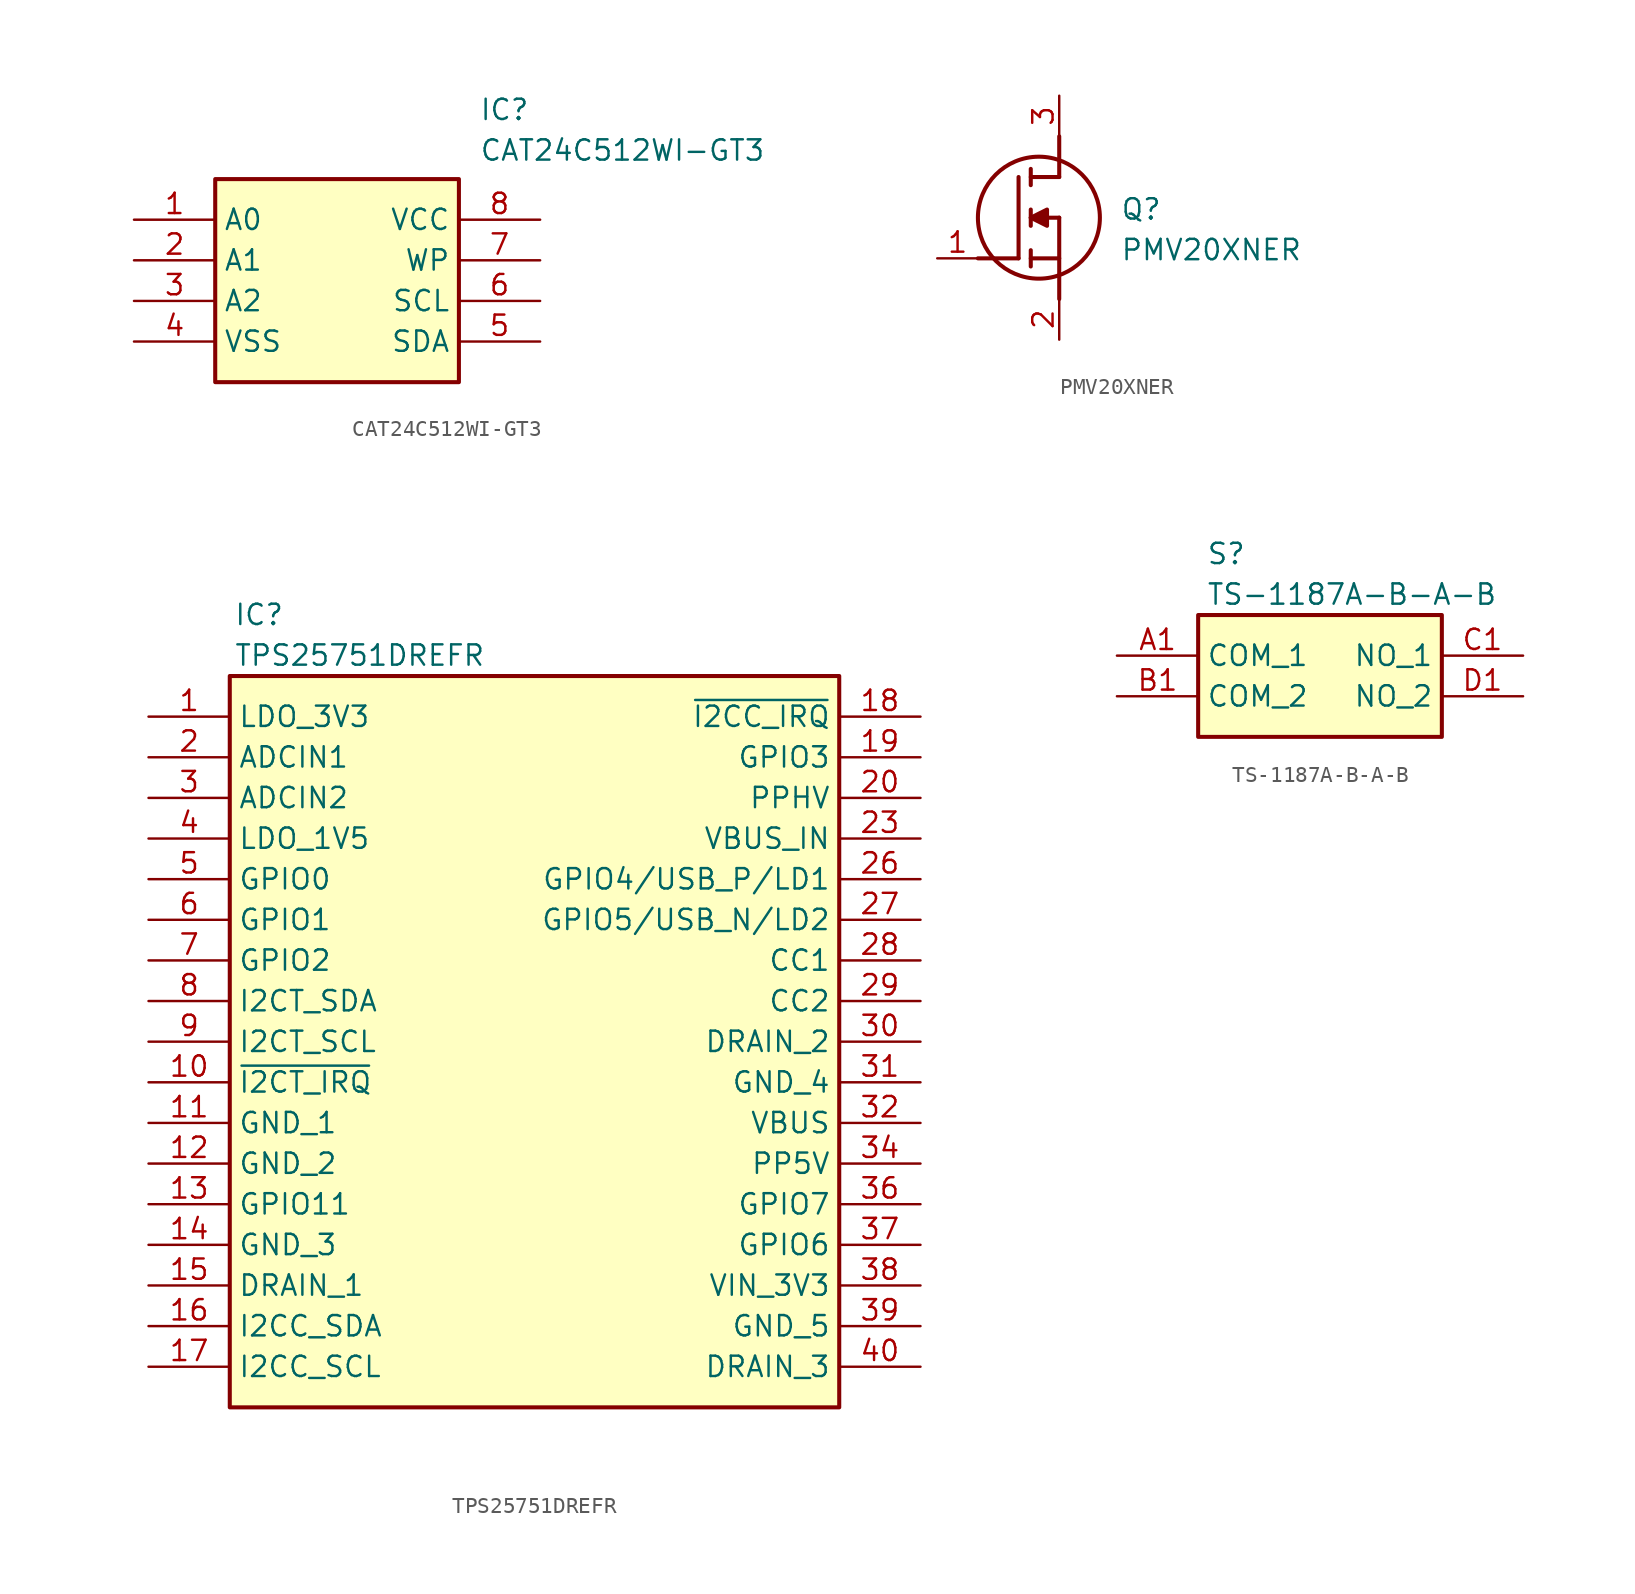
<source format=kicad_sym>
(kicad_symbol_lib
  (version 20241209)
  (generator "kicad_symbol_editor")
  (generator_version "9.0")
  (symbol "CAT24C512WI-GT3"
    (property "Reference" "IC"
      (at 21.59 7.62 0)
      (effects (font (size 1.27 1.27)) (justify left top)))
    (property "Value" "CAT24C512WI-GT3"
      (at 21.59 5.08 0)
      (effects (font (size 1.27 1.27)) (justify left top)))
    (symbol "CAT24C512WI-GT3_1_1"
      (rectangle (start 5.08 2.54) (end 20.32 -10.16) (stroke (width 0.254) (type default)) (fill (type background)))
      (pin passive line (at 0 0 0) (length 5.08) (name "A0" (effects (font (size 1.27 1.27)))) (number "1" (effects (font (size 1.27 1.27)))))
      (pin passive line (at 0 -2.54 0) (length 5.08) (name "A1" (effects (font (size 1.27 1.27)))) (number "2" (effects (font (size 1.27 1.27)))))
      (pin passive line (at 0 -5.08 0) (length 5.08) (name "A2" (effects (font (size 1.27 1.27)))) (number "3" (effects (font (size 1.27 1.27)))))
      (pin passive line (at 0 -7.62 0) (length 5.08) (name "VSS" (effects (font (size 1.27 1.27)))) (number "4" (effects (font (size 1.27 1.27)))))
      (pin passive line (at 25.4 0 180) (length 5.08) (name "VCC" (effects (font (size 1.27 1.27)))) (number "8" (effects (font (size 1.27 1.27)))))
      (pin passive line (at 25.4 -2.54 180) (length 5.08) (name "WP" (effects (font (size 1.27 1.27)))) (number "7" (effects (font (size 1.27 1.27)))))
      (pin passive line (at 25.4 -5.08 180) (length 5.08) (name "SCL" (effects (font (size 1.27 1.27)))) (number "6" (effects (font (size 1.27 1.27)))))
      (pin passive line (at 25.4 -7.62 180) (length 5.08) (name "SDA" (effects (font (size 1.27 1.27)))) (number "5" (effects (font (size 1.27 1.27)))))))
  (symbol "PMV20XNER"
    (pin_names
      (hide yes))
    (property "Reference" "Q"
      (at 11.43 3.81 0)
      (effects (font (size 1.27 1.27)) (justify left top)))
    (property "Value" "PMV20XNER"
      (at 11.43 1.27 0)
      (effects (font (size 1.27 1.27)) (justify left top)))
    (symbol "PMV20XNER_1_1"
      (polyline (pts (xy 2.54 0) (xy 5.08 0)) (stroke (width 0.254) (type default)) (fill (type none)))
      (polyline (pts (xy 5.08 5.08) (xy 5.08 0)) (stroke (width 0.254) (type default)) (fill (type none)))
      (polyline (pts (xy 5.842 5.588) (xy 5.842 4.572)) (stroke (width 0.254) (type default)) (fill (type none)))
      (polyline (pts (xy 5.842 2.54) (xy 6.858 3.048) (xy 6.858 2.032) (xy 5.842 2.54)) (stroke (width 0.254) (type default)) (fill (type outline)))
      (polyline (pts (xy 5.842 2.032) (xy 5.842 3.048)) (stroke (width 0.254) (type default)) (fill (type none)))
      (polyline (pts (xy 5.842 0) (xy 7.62 0)) (stroke (width 0.254) (type default)) (fill (type none)))
      (polyline (pts (xy 5.842 -0.508) (xy 5.842 0.508)) (stroke (width 0.254) (type default)) (fill (type none)))
      (circle (center 6.35 2.54) (radius 3.81) (stroke (width 0.254) (type default)) (fill (type none)))
      (polyline (pts (xy 7.62 5.08) (xy 5.842 5.08)) (stroke (width 0.254) (type default)) (fill (type none)))
      (polyline (pts (xy 7.62 5.08) (xy 7.62 7.62)) (stroke (width 0.254) (type default)) (fill (type none)))
      (polyline (pts (xy 7.62 2.54) (xy 5.842 2.54)) (stroke (width 0.254) (type default)) (fill (type none)))
      (polyline (pts (xy 7.62 2.54) (xy 7.62 -2.54)) (stroke (width 0.254) (type default)) (fill (type none)))
      (pin passive line (at 0 0 0) (length 2.54) (name "G" (effects (font (size 1.27 1.27)))) (number "1" (effects (font (size 1.27 1.27)))))
      (pin passive line (at 7.62 10.16 270) (length 2.54) (name "D" (effects (font (size 1.27 1.27)))) (number "3" (effects (font (size 1.27 1.27)))))
      (pin passive line (at 7.62 -5.08 90) (length 2.54) (name "S" (effects (font (size 1.27 1.27)))) (number "2" (effects (font (size 1.27 1.27)))))))
  (symbol "TPS25751DREFR"
    (property "Reference" "IC"
      (at 5.334 7.112 0)
      (effects (font (size 1.27 1.27)) (justify left top)))
    (property "Value" "TPS25751DREFR"
      (at 5.334 4.572 0)
      (effects (font (size 1.27 1.27)) (justify left top)))
    (symbol "TPS25751DREFR_1_1"
      (rectangle (start 5.08 2.54) (end 43.18 -43.18) (stroke (width 0.254) (type default)) (fill (type background)))
      (pin passive line (at 0 0 0) (length 5.08) (name "LDO_3V3" (effects (font (size 1.27 1.27)))) (number "1" (effects (font (size 1.27 1.27)))))
      (pin passive line (at 0 -2.54 0) (length 5.08) (name "ADCIN1" (effects (font (size 1.27 1.27)))) (number "2" (effects (font (size 1.27 1.27)))))
      (pin passive line (at 0 -5.08 0) (length 5.08) (name "ADCIN2" (effects (font (size 1.27 1.27)))) (number "3" (effects (font (size 1.27 1.27)))))
      (pin passive line (at 0 -7.62 0) (length 5.08) (name "LDO_1V5" (effects (font (size 1.27 1.27)))) (number "4" (effects (font (size 1.27 1.27)))))
      (pin passive line (at 0 -10.16 0) (length 5.08) (name "GPIO0" (effects (font (size 1.27 1.27)))) (number "5" (effects (font (size 1.27 1.27)))))
      (pin passive line (at 0 -12.7 0) (length 5.08) (name "GPIO1" (effects (font (size 1.27 1.27)))) (number "6" (effects (font (size 1.27 1.27)))))
      (pin passive line (at 0 -15.24 0) (length 5.08) (name "GPIO2" (effects (font (size 1.27 1.27)))) (number "7" (effects (font (size 1.27 1.27)))))
      (pin passive line (at 0 -17.78 0) (length 5.08) (name "I2CT_SDA" (effects (font (size 1.27 1.27)))) (number "8" (effects (font (size 1.27 1.27)))))
      (pin passive line (at 0 -20.32 0) (length 5.08) (name "I2CT_SCL" (effects (font (size 1.27 1.27)))) (number "9" (effects (font (size 1.27 1.27)))))
      (pin passive line (at 0 -22.86 0) (length 5.08) (name "~{I2CT_IRQ}" (effects (font (size 1.27 1.27)))) (number "10" (effects (font (size 1.27 1.27)))))
      (pin passive line (at 0 -25.4 0) (length 5.08) (name "GND_1" (effects (font (size 1.27 1.27)))) (number "11" (effects (font (size 1.27 1.27)))))
      (pin passive line (at 0 -27.94 0) (length 5.08) (name "GND_2" (effects (font (size 1.27 1.27)))) (number "12" (effects (font (size 1.27 1.27)))))
      (pin passive line (at 0 -30.48 0) (length 5.08) (name "GPIO11" (effects (font (size 1.27 1.27)))) (number "13" (effects (font (size 1.27 1.27)))))
      (pin passive line (at 0 -33.02 0) (length 5.08) (name "GND_3" (effects (font (size 1.27 1.27)))) (number "14" (effects (font (size 1.27 1.27)))))
      (pin passive line (at 0 -35.56 0) (length 5.08) (name "DRAIN_1" (effects (font (size 1.27 1.27)))) (number "15" (effects (font (size 1.27 1.27)))))
      (pin passive line (at 0 -38.1 0) (length 5.08) (name "I2CC_SDA" (effects (font (size 1.27 1.27)))) (number "16" (effects (font (size 1.27 1.27)))))
      (pin passive line (at 0 -40.64 0) (length 5.08) (name "I2CC_SCL" (effects (font (size 1.27 1.27)))) (number "17" (effects (font (size 1.27 1.27)))))
      (pin passive line (at 48.26 0 180) (length 5.08) (name "~{I2CC_IRQ}" (effects (font (size 1.27 1.27)))) (number "18" (effects (font (size 1.27 1.27)))))
      (pin passive line (at 48.26 -2.54 180) (length 5.08) (name "GPIO3" (effects (font (size 1.27 1.27)))) (number "19" (effects (font (size 1.27 1.27)))))
      (pin passive line (at 48.26 -5.08 180) (length 5.08) (name "PPHV" (effects (font (size 1.27 1.27)))) (number "20" (effects (font (size 1.27 1.27)))))
      (pin passive line (at 48.26 -7.62 180) (length 5.08) (name "VBUS_IN" (effects (font (size 1.27 1.27)))) (number "23" (effects (font (size 1.27 1.27)))))
      (pin passive line (at 48.26 -10.16 180) (length 5.08) (name "GPIO4/USB_P/LD1" (effects (font (size 1.27 1.27)))) (number "26" (effects (font (size 1.27 1.27)))))
      (pin passive line (at 48.26 -12.7 180) (length 5.08) (name "GPIO5/USB_N/LD2" (effects (font (size 1.27 1.27)))) (number "27" (effects (font (size 1.27 1.27)))))
      (pin passive line (at 48.26 -15.24 180) (length 5.08) (name "CC1" (effects (font (size 1.27 1.27)))) (number "28" (effects (font (size 1.27 1.27)))))
      (pin passive line (at 48.26 -17.78 180) (length 5.08) (name "CC2" (effects (font (size 1.27 1.27)))) (number "29" (effects (font (size 1.27 1.27)))))
      (pin passive line (at 48.26 -20.32 180) (length 5.08) (name "DRAIN_2" (effects (font (size 1.27 1.27)))) (number "30" (effects (font (size 1.27 1.27)))))
      (pin passive line (at 48.26 -22.86 180) (length 5.08) (name "GND_4" (effects (font (size 1.27 1.27)))) (number "31" (effects (font (size 1.27 1.27)))))
      (pin passive line (at 48.26 -25.4 180) (length 5.08) (name "VBUS" (effects (font (size 1.27 1.27)))) (number "32" (effects (font (size 1.27 1.27)))))
      (pin passive line (at 48.26 -27.94 180) (length 5.08) (name "PP5V" (effects (font (size 1.27 1.27)))) (number "34" (effects (font (size 1.27 1.27)))))
      (pin passive line (at 48.26 -30.48 180) (length 5.08) (name "GPIO7" (effects (font (size 1.27 1.27)))) (number "36" (effects (font (size 1.27 1.27)))))
      (pin passive line (at 48.26 -33.02 180) (length 5.08) (name "GPIO6" (effects (font (size 1.27 1.27)))) (number "37" (effects (font (size 1.27 1.27)))))
      (pin passive line (at 48.26 -35.56 180) (length 5.08) (name "VIN_3V3" (effects (font (size 1.27 1.27)))) (number "38" (effects (font (size 1.27 1.27)))))
      (pin passive line (at 48.26 -38.1 180) (length 5.08) (name "GND_5" (effects (font (size 1.27 1.27)))) (number "39" (effects (font (size 1.27 1.27)))))
      (pin passive line (at 48.26 -40.64 180) (length 5.08) (name "DRAIN_3" (effects (font (size 1.27 1.27)))) (number "40" (effects (font (size 1.27 1.27)))))))
  (symbol "TS-1187A-B-A-B"
    (property "Reference" "S"
      (at 5.588 7.112 0)
      (effects (font (size 1.27 1.27)) (justify left top)))
    (property "Value" "TS-1187A-B-A-B"
      (at 5.588 4.572 0)
      (effects (font (size 1.27 1.27)) (justify left top)))
    (symbol "TS-1187A-B-A-B_1_1"
      (rectangle (start 5.08 2.54) (end 20.32 -5.08) (stroke (width 0.254) (type default)) (fill (type background)))
      (pin passive line (at 0 0 0) (length 5.08) (name "COM_1" (effects (font (size 1.27 1.27)))) (number "A1" (effects (font (size 1.27 1.27)))))
      (pin passive line (at 0 -2.54 0) (length 5.08) (name "COM_2" (effects (font (size 1.27 1.27)))) (number "B1" (effects (font (size 1.27 1.27)))))
      (pin passive line (at 25.4 0 180) (length 5.08) (name "NO_1" (effects (font (size 1.27 1.27)))) (number "C1" (effects (font (size 1.27 1.27)))))
      (pin passive line (at 25.4 -2.54 180) (length 5.08) (name "NO_2" (effects (font (size 1.27 1.27)))) (number "D1" (effects (font (size 1.27 1.27))))))))
</source>
